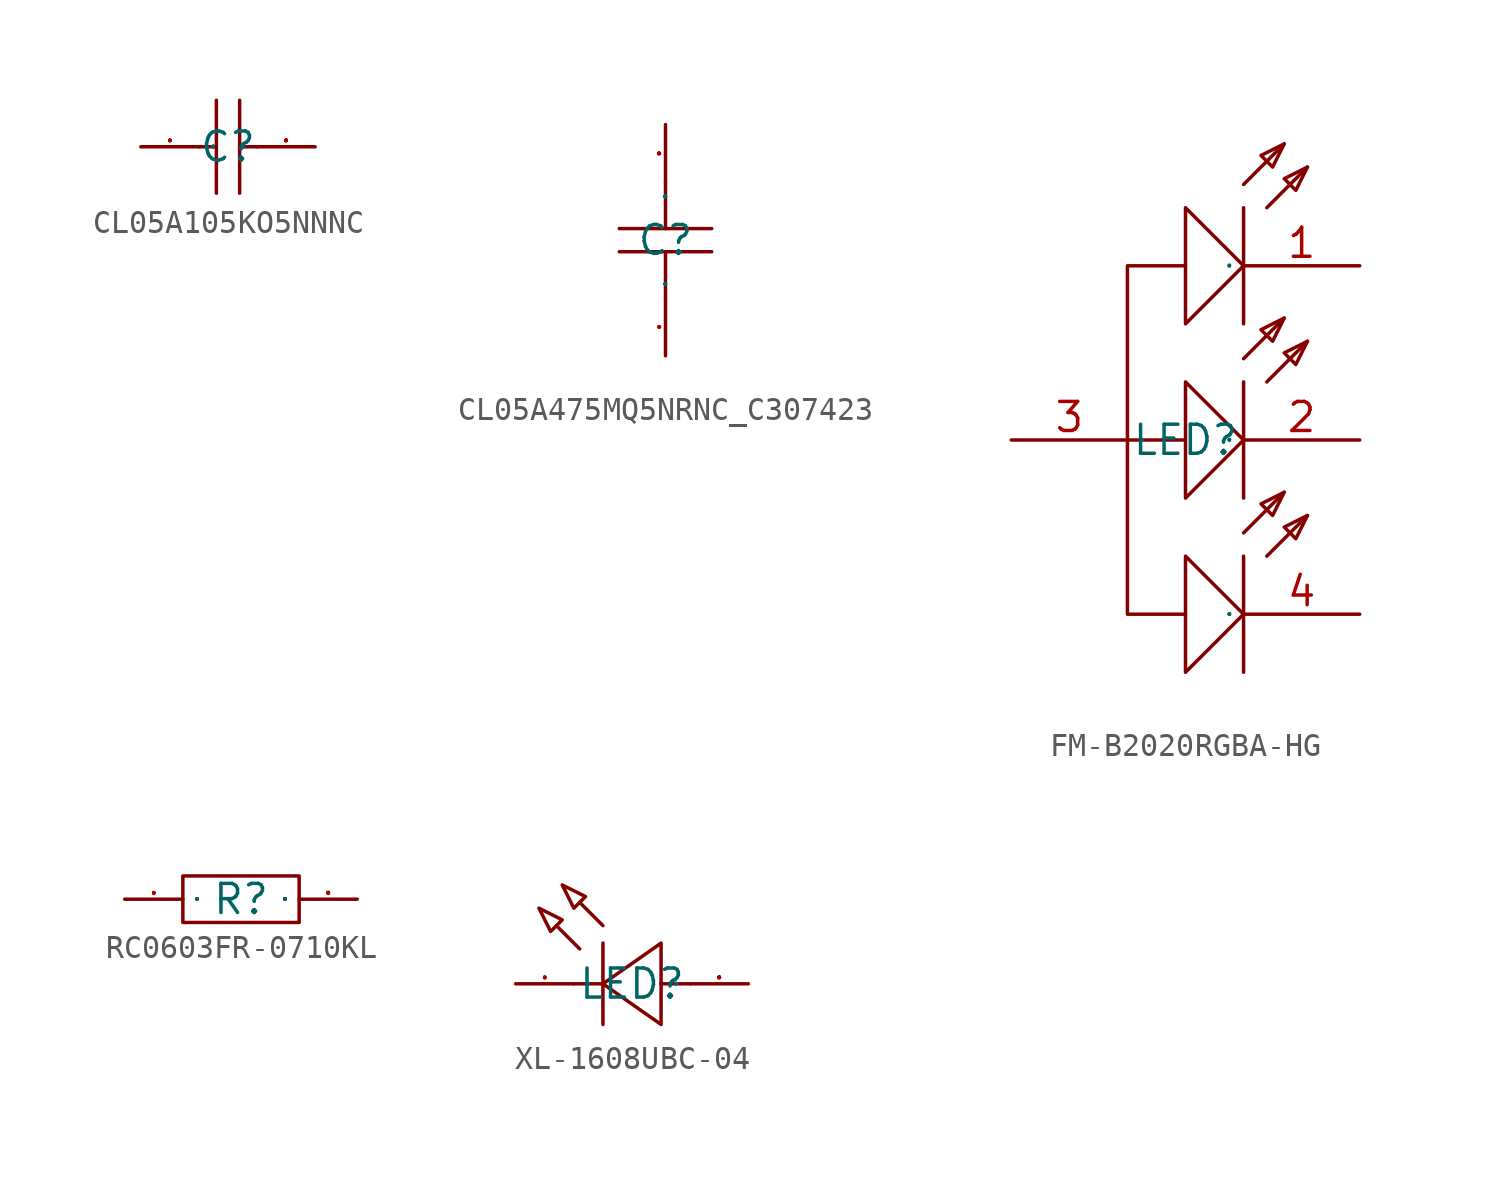
<source format=kicad_sym>
(kicad_symbol_lib
  (version 20241209)
  (generator "kicad_symbol_editor")
  (generator_version "9.0")
  (symbol "CL05A105KO5NNNC"
    (property "Reference" "C"
      (at 0 0 0)
      (effects (font (size 1.27 1.27))))
    (symbol "CL05A105KO5NNNC_1_0"
      (polyline (pts (xy -1.27 0) (xy -0.508 0)) (stroke (width 0) (type default)) (fill (type none)))
      (polyline (pts (xy -0.508 2.032) (xy -0.508 -2.032)) (stroke (width 0) (type default)) (fill (type none)))
      (polyline (pts (xy 0.508 2.032) (xy 0.508 -2.032)) (stroke (width 0) (type default)) (fill (type none)))
      (polyline (pts (xy 0.508 0) (xy 1.27 0)) (stroke (width 0) (type default)) (fill (type none)))
      (pin input line (at -3.81 0 0) (length 2.54) (name "1" (effects (font (size 0.025 0.025)))) (number "1" (effects (font (size 0.025 0.025)))))
      (pin input line (at 3.81 0 180) (length 2.54) (name "2" (effects (font (size 0.025 0.025)))) (number "2" (effects (font (size 0.025 0.025)))))))
  (symbol "CL05A475MQ5NRNC_C307423"
    (property "Reference" "C"
      (at 0 0 0)
      (effects (font (size 1.27 1.27))))
    (symbol "CL05A475MQ5NRNC_C307423_1_0"
      (polyline (pts (xy -2.032 0.508) (xy 2.032 0.508)) (stroke (width 0) (type default)) (fill (type none)))
      (polyline (pts (xy 0 2.54) (xy 0 0.508)) (stroke (width 0) (type default)) (fill (type none)))
      (polyline (pts (xy 0 -0.508) (xy 0 -2.54)) (stroke (width 0) (type default)) (fill (type none)))
      (polyline (pts (xy 2.032 -0.508) (xy -2.032 -0.508)) (stroke (width 0) (type default)) (fill (type none)))
      (pin unspecified line (at 0 5.08 270) (length 2.54) (name "2" (effects (font (size 0.025 0.025)))) (number "2" (effects (font (size 0.025 0.025)))))
      (pin unspecified line (at 0 -5.08 90) (length 2.54) (name "1" (effects (font (size 0.025 0.025)))) (number "1" (effects (font (size 0.025 0.025)))))))
  (symbol "FM-B2020RGBA-HG"
    (property "Reference" "LED"
      (at 0 0 0)
      (effects (font (size 1.27 1.27))))
    (property "Value" ""
      (at 0 0 0)
      (effects (font (size 1.27 1.27))))
    (symbol "FM-B2020RGBA-HG_1_0"
      (polyline (pts (xy 0 7.62) (xy -2.54 7.62) (xy -2.54 7.62) (xy -2.54 -7.62) (xy -2.54 -7.62) (xy 0 -7.62)) (stroke (width 0) (type default)) (fill (type none)))
      (polyline (pts (xy 0 5.08) (xy 2.54 7.62) (xy 2.54 7.62) (xy 0 10.16) (xy 0 10.16) (xy 0 5.08)) (stroke (width 0) (type default)) (fill (type none)))
      (polyline (pts (xy 0 0) (xy -2.54 0)) (stroke (width 0) (type default)) (fill (type none)))
      (polyline (pts (xy 0 -2.54) (xy 2.54 0) (xy 2.54 0) (xy 0 2.54) (xy 0 2.54) (xy 0 -2.54)) (stroke (width 0) (type default)) (fill (type none)))
      (polyline (pts (xy 0 -10.16) (xy 2.54 -7.62) (xy 2.54 -7.62) (xy 0 -5.08) (xy 0 -5.08) (xy 0 -10.16)) (stroke (width 0) (type default)) (fill (type none)))
      (polyline (pts (xy 2.54 11.176) (xy 4.318 12.954)) (stroke (width 0) (type default)) (fill (type none)))
      (polyline (pts (xy 2.54 10.16) (xy 2.54 5.08)) (stroke (width 0) (type default)) (fill (type none)))
      (polyline (pts (xy 2.54 3.556) (xy 4.318 5.334)) (stroke (width 0) (type default)) (fill (type none)))
      (polyline (pts (xy 2.54 2.54) (xy 2.54 -2.54)) (stroke (width 0) (type default)) (fill (type none)))
      (polyline (pts (xy 2.54 -4.064) (xy 4.318 -2.286)) (stroke (width 0) (type default)) (fill (type none)))
      (polyline (pts (xy 2.54 -5.08) (xy 2.54 -10.16)) (stroke (width 0) (type default)) (fill (type none)))
      (polyline (pts (xy 3.556 10.16) (xy 5.334 11.938)) (stroke (width 0) (type default)) (fill (type none)))
      (polyline (pts (xy 3.556 2.54) (xy 5.334 4.318)) (stroke (width 0) (type default)) (fill (type none)))
      (polyline (pts (xy 3.556 -5.08) (xy 5.334 -3.302)) (stroke (width 0) (type default)) (fill (type none)))
      (polyline (pts (xy 4.318 12.954) (xy 3.302 12.446) (xy 3.302 12.446) (xy 3.81 11.938) (xy 3.81 11.938) (xy 4.318 12.954)) (stroke (width 0) (type default)) (fill (type none)))
      (polyline (pts (xy 4.318 5.334) (xy 3.302 4.826) (xy 3.302 4.826) (xy 3.81 4.318) (xy 3.81 4.318) (xy 4.318 5.334)) (stroke (width 0) (type default)) (fill (type none)))
      (polyline (pts (xy 4.318 -2.286) (xy 3.302 -2.794) (xy 3.302 -2.794) (xy 3.81 -3.302) (xy 3.81 -3.302) (xy 4.318 -2.286)) (stroke (width 0) (type default)) (fill (type none)))
      (polyline (pts (xy 5.334 11.938) (xy 4.318 11.43) (xy 4.318 11.43) (xy 4.826 10.922) (xy 4.826 10.922) (xy 5.334 11.938)) (stroke (width 0) (type default)) (fill (type none)))
      (polyline (pts (xy 5.334 4.318) (xy 4.318 3.81) (xy 4.318 3.81) (xy 4.826 3.302) (xy 4.826 3.302) (xy 5.334 4.318)) (stroke (width 0) (type default)) (fill (type none)))
      (polyline (pts (xy 5.334 -3.302) (xy 4.318 -3.81) (xy 4.318 -3.81) (xy 4.826 -4.318) (xy 4.826 -4.318) (xy 5.334 -3.302)) (stroke (width 0) (type default)) (fill (type none)))
      (pin unspecified line (at -7.62 0 0) (length 5.08) (name "A" (effects (font (size 0.025 0.025)))) (number "3" (effects (font (size 1.27 1.27)))))
      (pin unspecified line (at 7.62 7.62 180) (length 5.08) (name "K" (effects (font (size 0.025 0.025)))) (number "1" (effects (font (size 1.27 1.27)))))
      (pin unspecified line (at 7.62 0 180) (length 5.08) (name "K" (effects (font (size 0.025 0.025)))) (number "2" (effects (font (size 1.27 1.27)))))
      (pin unspecified line (at 7.62 -7.62 180) (length 5.08) (name "K" (effects (font (size 0.025 0.025)))) (number "4" (effects (font (size 1.27 1.27)))))))
  (symbol "RC0603FR-0710KL"
    (property "Reference" "R"
      (at 0 0 0)
      (effects (font (size 1.27 1.27))))
    (symbol "RC0603FR-0710KL_1_0"
      (rectangle (start -2.54 -1.016) (end 2.54 1.016) (stroke (width 0) (type default)) (fill (type none)))
      (pin input line (at -5.08 0 0) (length 2.54) (name "1" (effects (font (size 0.025 0.025)))) (number "1" (effects (font (size 0.025 0.025)))))
      (pin input line (at 5.08 0 180) (length 2.54) (name "2" (effects (font (size 0.025 0.025)))) (number "2" (effects (font (size 0.025 0.025)))))))
  (symbol "XL-1608UBC-04"
    (property "Reference" "LED"
      (at 0 0 0)
      (effects (font (size 1.27 1.27))))
    (property "Value" ""
      (at 0 0 0)
      (effects (font (size 1.27 1.27))))
    (symbol "XL-1608UBC-04_1_0"
      (polyline (pts (xy -4.064 3.302) (xy -3.048 2.794) (xy -3.048 2.794) (xy -3.556 2.286) (xy -3.556 2.286) (xy -4.064 3.302)) (stroke (width 0) (type default)) (fill (type none)))
      (polyline (pts (xy -3.048 4.318) (xy -2.032 3.81) (xy -2.032 3.81) (xy -2.54 3.302) (xy -2.54 3.302) (xy -3.048 4.318)) (stroke (width 0) (type default)) (fill (type none)))
      (polyline (pts (xy -2.286 1.524) (xy -3.302 2.54)) (stroke (width 0) (type default)) (fill (type none)))
      (polyline (pts (xy -1.27 2.54) (xy -2.286 3.556)) (stroke (width 0) (type default)) (fill (type none)))
      (polyline (pts (xy -1.27 1.778) (xy -1.27 -1.778)) (stroke (width 0) (type default)) (fill (type none)))
      (polyline (pts (xy -1.27 0) (xy -2.54 0)) (stroke (width 0) (type default)) (fill (type none)))
      (polyline (pts (xy 1.27 1.778) (xy -1.27 0) (xy -1.27 0) (xy 1.27 -1.778) (xy 1.27 -1.778) (xy 1.27 1.778)) (stroke (width 0) (type default)) (fill (type none)))
      (polyline (pts (xy 2.54 0) (xy 1.27 0)) (stroke (width 0) (type default)) (fill (type none)))
      (pin unspecified line (at -5.08 0 0) (length 2.54) (name "K" (effects (font (size 0.025 0.025)))) (number "1" (effects (font (size 0.025 0.025)))))
      (pin unspecified line (at 5.08 0 180) (length 2.54) (name "A" (effects (font (size 0.025 0.025)))) (number "2" (effects (font (size 0.025 0.025))))))))
</source>
